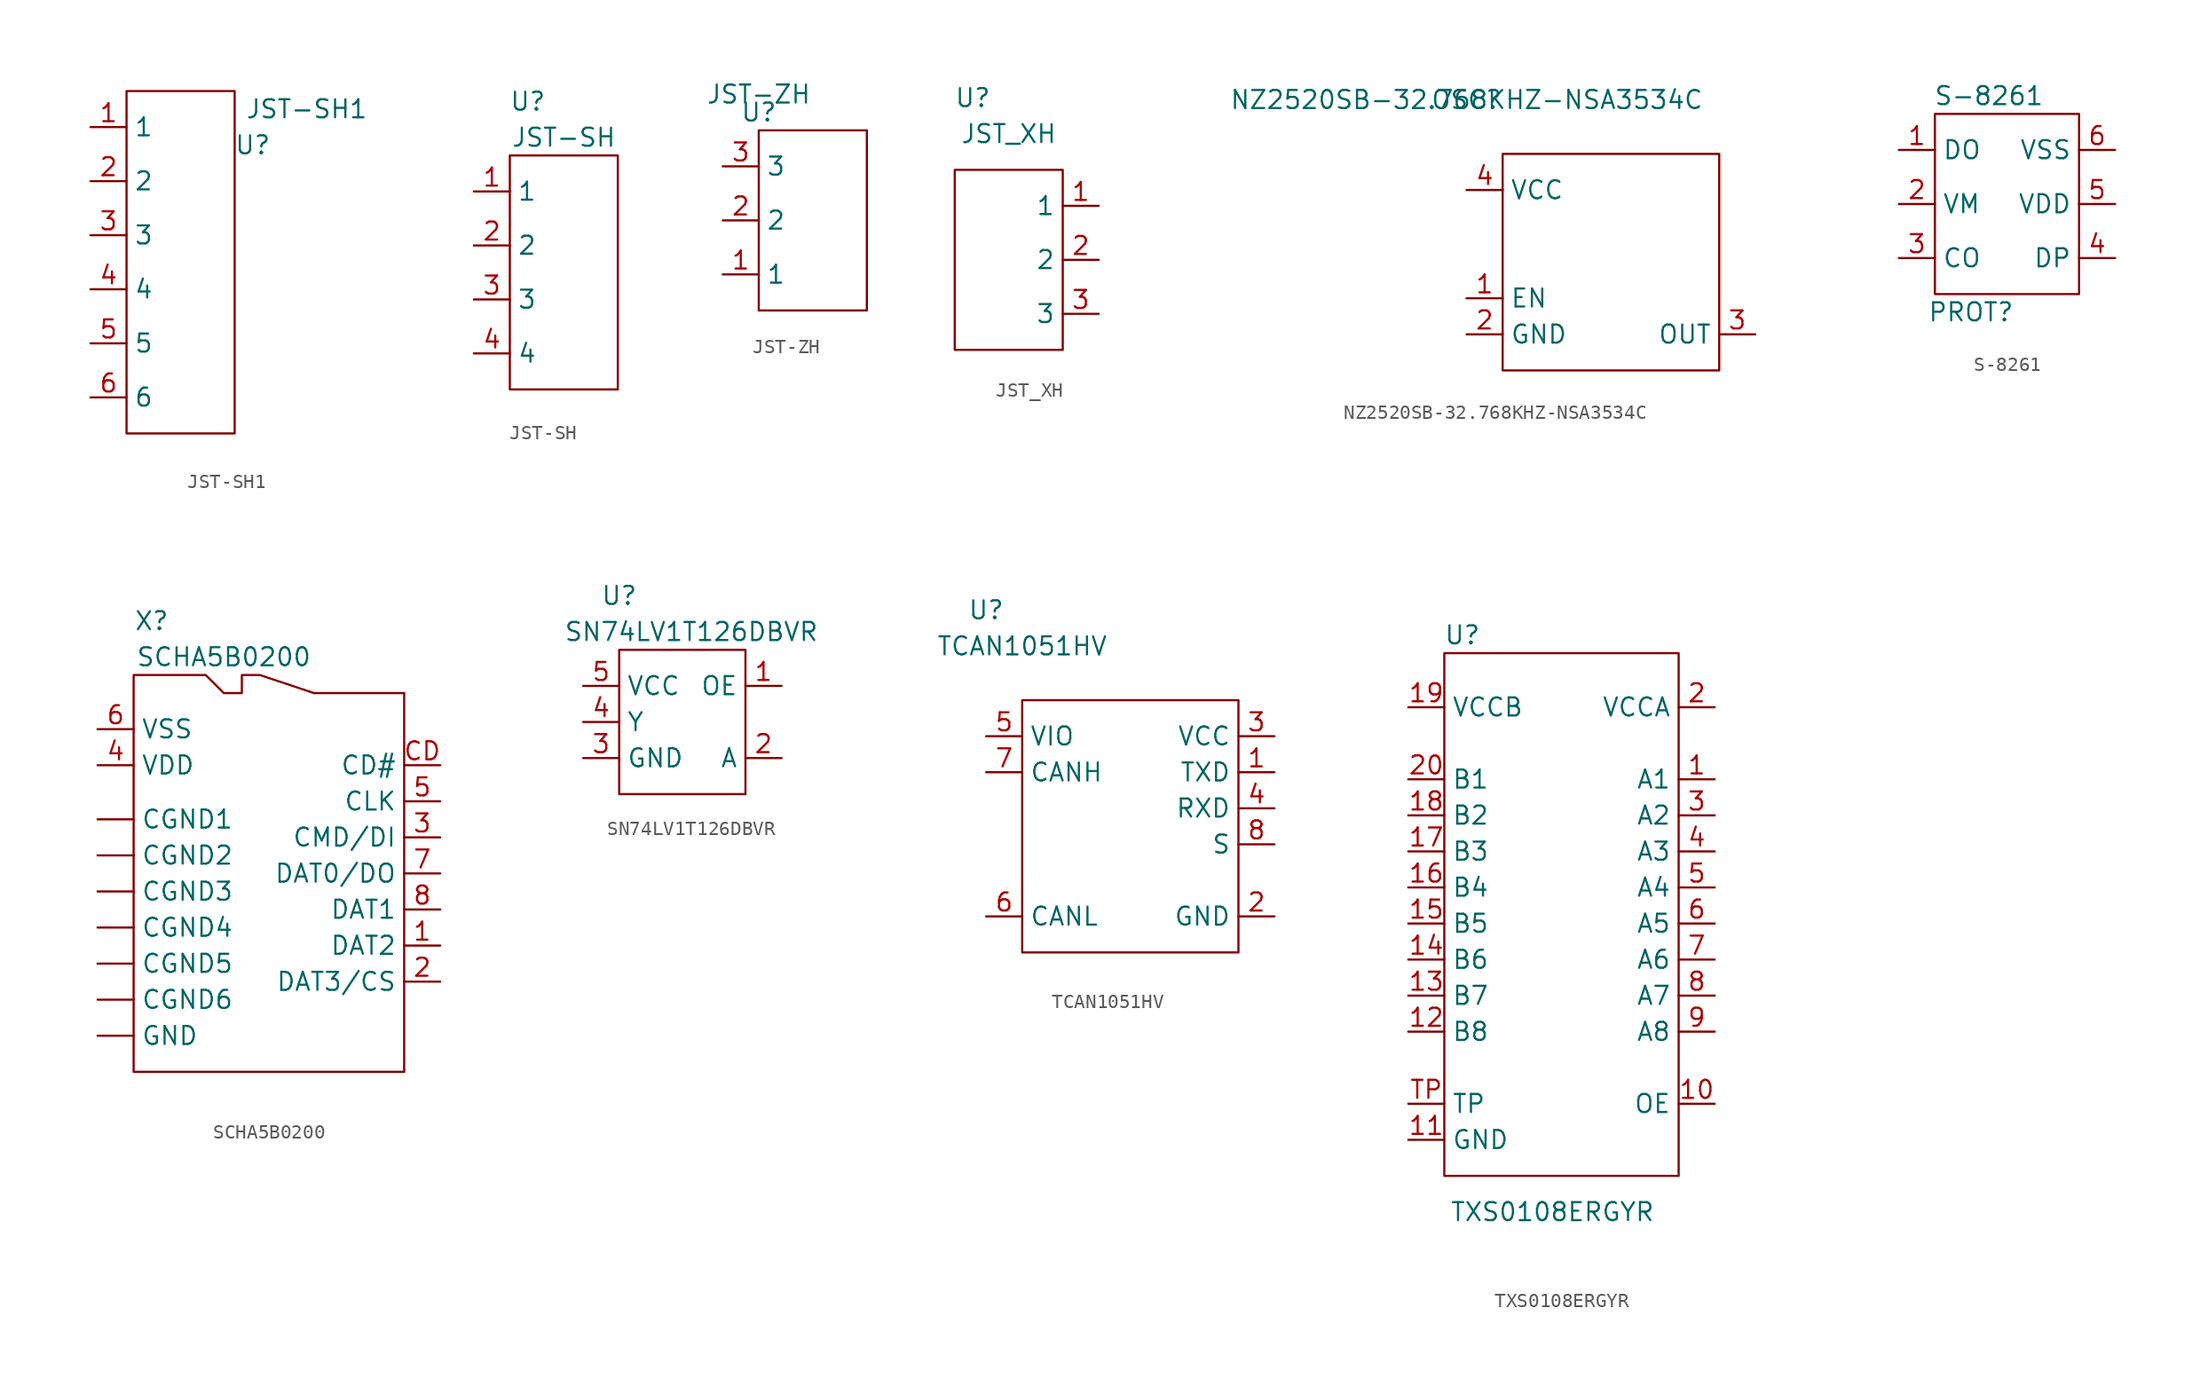
<source format=kicad_sym>
(kicad_symbol_lib
  (version 20211014)
  (generator kicad_symbol_editor)
  (symbol "JST-SH1"
    (property "Reference" "U"
      (at 8.89 -3.81 0)
      (effects (font (size 1.27 1.27))))
    (property "Value" "JST-SH1"
      (at 12.7 -1.27 0)
      (effects (font (size 1.27 1.27))))
    (symbol "JST-SH1_0_1"
      (rectangle (start 0 0) (end 7.62 -24.13) (stroke (width 0) (type default) (color 0 0 0 0)) (fill (type none))))
    (symbol "JST-SH1_1_1"
      (pin unspecified line (at -2.54 -2.54 0) (length 2.54) (name "1" (effects (font (size 1.27 1.27)))) (number "1" (effects (font (size 1.27 1.27)))))
      (pin unspecified line (at -2.54 -6.35 0) (length 2.54) (name "2" (effects (font (size 1.27 1.27)))) (number "2" (effects (font (size 1.27 1.27)))))
      (pin unspecified line (at -2.54 -10.16 0) (length 2.54) (name "3" (effects (font (size 1.27 1.27)))) (number "3" (effects (font (size 1.27 1.27)))))
      (pin unspecified line (at -2.54 -13.97 0) (length 2.54) (name "4" (effects (font (size 1.27 1.27)))) (number "4" (effects (font (size 1.27 1.27)))))
      (pin unspecified line (at -2.54 -17.78 0) (length 2.54) (name "5" (effects (font (size 1.27 1.27)))) (number "5" (effects (font (size 1.27 1.27)))))
      (pin unspecified line (at -2.54 -21.59 0) (length 2.54) (name "6" (effects (font (size 1.27 1.27)))) (number "6" (effects (font (size 1.27 1.27)))))))
  (symbol "JST-SH"
    (property "Reference" "U"
      (at 1.27 3.81 0)
      (effects (font (size 1.27 1.27))))
    (property "Value" "JST-SH"
      (at 3.81 1.27 0)
      (effects (font (size 1.27 1.27))))
    (symbol "JST-SH_0_1"
      (rectangle (start 0 0) (end 7.62 -16.51) (stroke (width 0) (type default) (color 0 0 0 0)) (fill (type none))))
    (symbol "JST-SH_1_1"
      (pin unspecified line (at -2.54 -2.54 0) (length 2.54) (name "1" (effects (font (size 1.27 1.27)))) (number "1" (effects (font (size 1.27 1.27)))))
      (pin unspecified line (at -2.54 -6.35 0) (length 2.54) (name "2" (effects (font (size 1.27 1.27)))) (number "2" (effects (font (size 1.27 1.27)))))
      (pin unspecified line (at -2.54 -10.16 0) (length 2.54) (name "3" (effects (font (size 1.27 1.27)))) (number "3" (effects (font (size 1.27 1.27)))))
      (pin unspecified line (at -2.54 -13.97 0) (length 2.54) (name "4" (effects (font (size 1.27 1.27)))) (number "4" (effects (font (size 1.27 1.27)))))))
  (symbol "JST-ZH"
    (property "Reference" "U"
      (at 0 1.27 0)
      (effects (font (size 1.27 1.27))))
    (property "Value" "JST-ZH"
      (at 0 2.54 0)
      (effects (font (size 1.27 1.27))))
    (symbol "JST-ZH_0_1"
      (rectangle (start 0 0) (end 7.62 -12.7) (stroke (width 0) (type default) (color 0 0 0 0)) (fill (type none))))
    (symbol "JST-ZH_1_1"
      (pin unspecified line (at -2.54 -10.16 0) (length 2.54) (name "1" (effects (font (size 1.27 1.27)))) (number "1" (effects (font (size 1.27 1.27)))))
      (pin unspecified line (at -2.54 -6.35 0) (length 2.54) (name "2" (effects (font (size 1.27 1.27)))) (number "2" (effects (font (size 1.27 1.27)))))
      (pin unspecified line (at -2.54 -2.54 0) (length 2.54) (name "3" (effects (font (size 1.27 1.27)))) (number "3" (effects (font (size 1.27 1.27)))))))
  (symbol "JST_XH"
    (property "Reference" "U"
      (at -2.54 5.08 0)
      (effects (font (size 1.27 1.27))))
    (property "Value" "JST_XH"
      (at 0 2.54 0)
      (effects (font (size 1.27 1.27))))
    (symbol "JST_XH_0_1"
      (rectangle (start 3.81 0) (end -3.81 -12.7) (stroke (width 0) (type default) (color 0 0 0 0)) (fill (type none))))
    (symbol "JST_XH_1_1"
      (pin unspecified line (at 6.35 -2.54 180) (length 2.54) (name "1" (effects (font (size 1.27 1.27)))) (number "1" (effects (font (size 1.27 1.27)))))
      (pin unspecified line (at 6.35 -6.35 180) (length 2.54) (name "2" (effects (font (size 1.27 1.27)))) (number "2" (effects (font (size 1.27 1.27)))))
      (pin unspecified line (at 6.35 -10.16 180) (length 2.54) (name "3" (effects (font (size 1.27 1.27)))) (number "3" (effects (font (size 1.27 1.27)))))))
  (symbol "NZ2520SB-32.768KHZ-NSA3534C"
    (property "Reference" "OSC"
      (at 0 0 0)
      (effects (font (size 1.27 1.27))))
    (property "Value" "NZ2520SB-32.768KHZ-NSA3534C"
      (at 0 0 0)
      (effects (font (size 1.27 1.27))))
    (symbol "NZ2520SB-32.768KHZ-NSA3534C_0_1"
      (rectangle (start 2.54 -3.81) (end 17.78 -19.05) (stroke (width 0) (type default) (color 0 0 0 0)) (fill (type none))))
    (symbol "NZ2520SB-32.768KHZ-NSA3534C_1_1"
      (pin unspecified line (at 0 -13.97 0) (length 2.54) (name "EN" (effects (font (size 1.27 1.27)))) (number "1" (effects (font (size 1.27 1.27)))))
      (pin unspecified line (at 0 -16.51 0) (length 2.54) (name "GND" (effects (font (size 1.27 1.27)))) (number "2" (effects (font (size 1.27 1.27)))))
      (pin unspecified line (at 20.32 -16.51 180) (length 2.54) (name "OUT" (effects (font (size 1.27 1.27)))) (number "3" (effects (font (size 1.27 1.27)))))
      (pin unspecified line (at 0 -6.35 0) (length 2.54) (name "VCC" (effects (font (size 1.27 1.27)))) (number "4" (effects (font (size 1.27 1.27)))))))
  (symbol "S-8261"
    (property "Reference" "PROT"
      (at 5.08 -13.97 0)
      (effects (font (size 1.27 1.27))))
    (property "Value" "S-8261"
      (at 6.35 1.27 0)
      (effects (font (size 1.27 1.27))))
    (symbol "S-8261_0_1"
      (rectangle (start 2.54 0) (end 12.7 -12.7) (stroke (width 0) (type default) (color 0 0 0 0)) (fill (type none))))
    (symbol "S-8261_1_1"
      (pin unspecified line (at 0 -2.54 0) (length 2.54) (name "DO" (effects (font (size 1.27 1.27)))) (number "1" (effects (font (size 1.27 1.27)))))
      (pin unspecified line (at 0 -6.35 0) (length 2.54) (name "VM" (effects (font (size 1.27 1.27)))) (number "2" (effects (font (size 1.27 1.27)))))
      (pin unspecified line (at 0 -10.16 0) (length 2.54) (name "CO" (effects (font (size 1.27 1.27)))) (number "3" (effects (font (size 1.27 1.27)))))
      (pin unspecified line (at 15.24 -10.16 180) (length 2.54) (name "DP" (effects (font (size 1.27 1.27)))) (number "4" (effects (font (size 1.27 1.27)))))
      (pin unspecified line (at 15.24 -6.35 180) (length 2.54) (name "VDD" (effects (font (size 1.27 1.27)))) (number "5" (effects (font (size 1.27 1.27)))))
      (pin unspecified line (at 15.24 -2.54 180) (length 2.54) (name "VSS" (effects (font (size 1.27 1.27)))) (number "6" (effects (font (size 1.27 1.27)))))))
  (symbol "SCHA5B0200"
    (property "Reference" "X"
      (at 1.27 6.35 0)
      (effects (font (size 1.27 1.27))))
    (property "Value" "SCHA5B0200"
      (at 6.35 3.81 0)
      (effects (font (size 1.27 1.27))))
    (symbol "SCHA5B0200_0_1"
      (polyline (pts (xy 19.05 -25.4) (xy 19.05 1.27)) (stroke (width 0) (type default) (color 0 0 0 0)) (fill (type none)))
      (polyline (pts (xy 19.05 -25.4) (xy 0 -25.4) (xy 0 2.54) (xy 5.08 2.54) (xy 6.35 1.27) (xy 7.62 1.27) (xy 7.62 2.54) (xy 8.89 2.54) (xy 12.7 1.27) (xy 19.05 1.27)) (stroke (width 0) (type default) (color 0 0 0 0)) (fill (type none))))
    (symbol "SCHA5B0200_1_1"
      (pin unspecified line (at -2.54 -7.62 0) (length 2.54) (name "CGND1" (effects (font (size 1.27 1.27)))) (number "" (effects (font (size 1.27 1.27)))))
      (pin unspecified line (at -2.54 -10.16 0) (length 2.54) (name "CGND2" (effects (font (size 1.27 1.27)))) (number "" (effects (font (size 1.27 1.27)))))
      (pin unspecified line (at -2.54 -12.7 0) (length 2.54) (name "CGND3" (effects (font (size 1.27 1.27)))) (number "" (effects (font (size 1.27 1.27)))))
      (pin unspecified line (at -2.54 -15.24 0) (length 2.54) (name "CGND4" (effects (font (size 1.27 1.27)))) (number "" (effects (font (size 1.27 1.27)))))
      (pin unspecified line (at -2.54 -17.78 0) (length 2.54) (name "CGND5" (effects (font (size 1.27 1.27)))) (number "" (effects (font (size 1.27 1.27)))))
      (pin unspecified line (at -2.54 -20.32 0) (length 2.54) (name "CGND6" (effects (font (size 1.27 1.27)))) (number "" (effects (font (size 1.27 1.27)))))
      (pin unspecified line (at -2.54 -22.86 0) (length 2.54) (name "GND" (effects (font (size 1.27 1.27)))) (number "" (effects (font (size 1.27 1.27)))))
      (pin unspecified line (at 21.59 -16.51 180) (length 2.54) (name "DAT2" (effects (font (size 1.27 1.27)))) (number "1" (effects (font (size 1.27 1.27)))))
      (pin unspecified line (at 21.59 -19.05 180) (length 2.54) (name "DAT3/CS" (effects (font (size 1.27 1.27)))) (number "2" (effects (font (size 1.27 1.27)))))
      (pin unspecified line (at 21.59 -8.89 180) (length 2.54) (name "CMD/DI" (effects (font (size 1.27 1.27)))) (number "3" (effects (font (size 1.27 1.27)))))
      (pin unspecified line (at -2.54 -3.81 0) (length 2.54) (name "VDD" (effects (font (size 1.27 1.27)))) (number "4" (effects (font (size 1.27 1.27)))))
      (pin unspecified line (at 21.59 -6.35 180) (length 2.54) (name "CLK" (effects (font (size 1.27 1.27)))) (number "5" (effects (font (size 1.27 1.27)))))
      (pin unspecified line (at -2.54 -1.27 0) (length 2.54) (name "VSS" (effects (font (size 1.27 1.27)))) (number "6" (effects (font (size 1.27 1.27)))))
      (pin unspecified line (at 21.59 -11.43 180) (length 2.54) (name "DAT0/DO" (effects (font (size 1.27 1.27)))) (number "7" (effects (font (size 1.27 1.27)))))
      (pin unspecified line (at 21.59 -13.97 180) (length 2.54) (name "DAT1" (effects (font (size 1.27 1.27)))) (number "8" (effects (font (size 1.27 1.27)))))
      (pin unspecified line (at 21.59 -3.81 180) (length 2.54) (name "CD#" (effects (font (size 1.27 1.27)))) (number "CD" (effects (font (size 1.27 1.27)))))))
  (symbol "SN74LV1T126DBVR"
    (property "Reference" "U"
      (at 0 3.81 0)
      (effects (font (size 1.27 1.27))))
    (property "Value" "SN74LV1T126DBVR"
      (at 5.08 1.27 0)
      (effects (font (size 1.27 1.27))))
    (symbol "SN74LV1T126DBVR_0_1"
      (rectangle (start 0 0) (end 8.89 -10.16) (stroke (width 0) (type default) (color 0 0 0 0)) (fill (type none))))
    (symbol "SN74LV1T126DBVR_1_1"
      (pin unspecified line (at 11.43 -2.54 180) (length 2.54) (name "OE" (effects (font (size 1.27 1.27)))) (number "1" (effects (font (size 1.27 1.27)))))
      (pin unspecified line (at 11.43 -7.62 180) (length 2.54) (name "A" (effects (font (size 1.27 1.27)))) (number "2" (effects (font (size 1.27 1.27)))))
      (pin unspecified line (at -2.54 -7.62 0) (length 2.54) (name "GND" (effects (font (size 1.27 1.27)))) (number "3" (effects (font (size 1.27 1.27)))))
      (pin unspecified line (at -2.54 -5.08 0) (length 2.54) (name "Y" (effects (font (size 1.27 1.27)))) (number "4" (effects (font (size 1.27 1.27)))))
      (pin unspecified line (at -2.54 -2.54 0) (length 2.54) (name "VCC" (effects (font (size 1.27 1.27)))) (number "5" (effects (font (size 1.27 1.27)))))))
  (symbol "TCAN1051HV"
    (property "Reference" "U"
      (at -2.54 6.35 0)
      (effects (font (size 1.27 1.27))))
    (property "Value" "TCAN1051HV"
      (at 0 3.81 0)
      (effects (font (size 1.27 1.27))))
    (symbol "TCAN1051HV_0_1"
      (rectangle (start 0 0) (end 15.24 -17.78) (stroke (width 0) (type default) (color 0 0 0 0)) (fill (type none))))
    (symbol "TCAN1051HV_1_1"
      (pin unspecified line (at 17.78 -5.08 180) (length 2.54) (name "TXD" (effects (font (size 1.27 1.27)))) (number "1" (effects (font (size 1.27 1.27)))))
      (pin unspecified line (at 17.78 -15.24 180) (length 2.54) (name "GND" (effects (font (size 1.27 1.27)))) (number "2" (effects (font (size 1.27 1.27)))))
      (pin unspecified line (at 17.78 -2.54 180) (length 2.54) (name "VCC" (effects (font (size 1.27 1.27)))) (number "3" (effects (font (size 1.27 1.27)))))
      (pin unspecified line (at 17.78 -7.62 180) (length 2.54) (name "RXD" (effects (font (size 1.27 1.27)))) (number "4" (effects (font (size 1.27 1.27)))))
      (pin unspecified line (at -2.54 -2.54 0) (length 2.54) (name "VIO" (effects (font (size 1.27 1.27)))) (number "5" (effects (font (size 1.27 1.27)))))
      (pin unspecified line (at -2.54 -15.24 0) (length 2.54) (name "CANL" (effects (font (size 1.27 1.27)))) (number "6" (effects (font (size 1.27 1.27)))))
      (pin unspecified line (at -2.54 -5.08 0) (length 2.54) (name "CANH" (effects (font (size 1.27 1.27)))) (number "7" (effects (font (size 1.27 1.27)))))
      (pin unspecified line (at 17.78 -10.16 180) (length 2.54) (name "S" (effects (font (size 1.27 1.27)))) (number "8" (effects (font (size 1.27 1.27)))))))
  (symbol "TXS0108ERGYR"
    (property "Reference" "U"
      (at 1.27 0 0)
      (effects (font (size 1.27 1.27))))
    (property "Value" "TXS0108ERGYR"
      (at 7.62 -40.64 0)
      (effects (font (size 1.27 1.27))))
    (symbol "TXS0108ERGYR_0_1"
      (rectangle (start 0 -1.27) (end 16.51 -38.1) (stroke (width 0) (type default) (color 0 0 0 0)) (fill (type none))))
    (symbol "TXS0108ERGYR_1_1"
      (pin unspecified line (at 19.05 -10.16 180) (length 2.54) (name "A1" (effects (font (size 1.27 1.27)))) (number "1" (effects (font (size 1.27 1.27)))))
      (pin unspecified line (at 19.05 -33.02 180) (length 2.54) (name "OE" (effects (font (size 1.27 1.27)))) (number "10" (effects (font (size 1.27 1.27)))))
      (pin unspecified line (at -2.54 -35.56 0) (length 2.54) (name "GND" (effects (font (size 1.27 1.27)))) (number "11" (effects (font (size 1.27 1.27)))))
      (pin unspecified line (at -2.54 -27.94 0) (length 2.54) (name "B8" (effects (font (size 1.27 1.27)))) (number "12" (effects (font (size 1.27 1.27)))))
      (pin unspecified line (at -2.54 -25.4 0) (length 2.54) (name "B7" (effects (font (size 1.27 1.27)))) (number "13" (effects (font (size 1.27 1.27)))))
      (pin unspecified line (at -2.54 -22.86 0) (length 2.54) (name "B6" (effects (font (size 1.27 1.27)))) (number "14" (effects (font (size 1.27 1.27)))))
      (pin unspecified line (at -2.54 -20.32 0) (length 2.54) (name "B5" (effects (font (size 1.27 1.27)))) (number "15" (effects (font (size 1.27 1.27)))))
      (pin unspecified line (at -2.54 -17.78 0) (length 2.54) (name "B4" (effects (font (size 1.27 1.27)))) (number "16" (effects (font (size 1.27 1.27)))))
      (pin unspecified line (at -2.54 -15.24 0) (length 2.54) (name "B3" (effects (font (size 1.27 1.27)))) (number "17" (effects (font (size 1.27 1.27)))))
      (pin unspecified line (at -2.54 -12.7 0) (length 2.54) (name "B2" (effects (font (size 1.27 1.27)))) (number "18" (effects (font (size 1.27 1.27)))))
      (pin unspecified line (at -2.54 -5.08 0) (length 2.54) (name "VCCB" (effects (font (size 1.27 1.27)))) (number "19" (effects (font (size 1.27 1.27)))))
      (pin unspecified line (at 19.05 -5.08 180) (length 2.54) (name "VCCA" (effects (font (size 1.27 1.27)))) (number "2" (effects (font (size 1.27 1.27)))))
      (pin unspecified line (at -2.54 -10.16 0) (length 2.54) (name "B1" (effects (font (size 1.27 1.27)))) (number "20" (effects (font (size 1.27 1.27)))))
      (pin unspecified line (at 19.05 -12.7 180) (length 2.54) (name "A2" (effects (font (size 1.27 1.27)))) (number "3" (effects (font (size 1.27 1.27)))))
      (pin unspecified line (at 19.05 -15.24 180) (length 2.54) (name "A3" (effects (font (size 1.27 1.27)))) (number "4" (effects (font (size 1.27 1.27)))))
      (pin unspecified line (at 19.05 -17.78 180) (length 2.54) (name "A4" (effects (font (size 1.27 1.27)))) (number "5" (effects (font (size 1.27 1.27)))))
      (pin unspecified line (at 19.05 -20.32 180) (length 2.54) (name "A5" (effects (font (size 1.27 1.27)))) (number "6" (effects (font (size 1.27 1.27)))))
      (pin unspecified line (at 19.05 -22.86 180) (length 2.54) (name "A6" (effects (font (size 1.27 1.27)))) (number "7" (effects (font (size 1.27 1.27)))))
      (pin unspecified line (at 19.05 -25.4 180) (length 2.54) (name "A7" (effects (font (size 1.27 1.27)))) (number "8" (effects (font (size 1.27 1.27)))))
      (pin unspecified line (at 19.05 -27.94 180) (length 2.54) (name "A8" (effects (font (size 1.27 1.27)))) (number "9" (effects (font (size 1.27 1.27)))))
      (pin unspecified line (at -2.54 -33.02 0) (length 2.54) (name "TP" (effects (font (size 1.27 1.27)))) (number "TP" (effects (font (size 1.27 1.27))))))))
</source>
